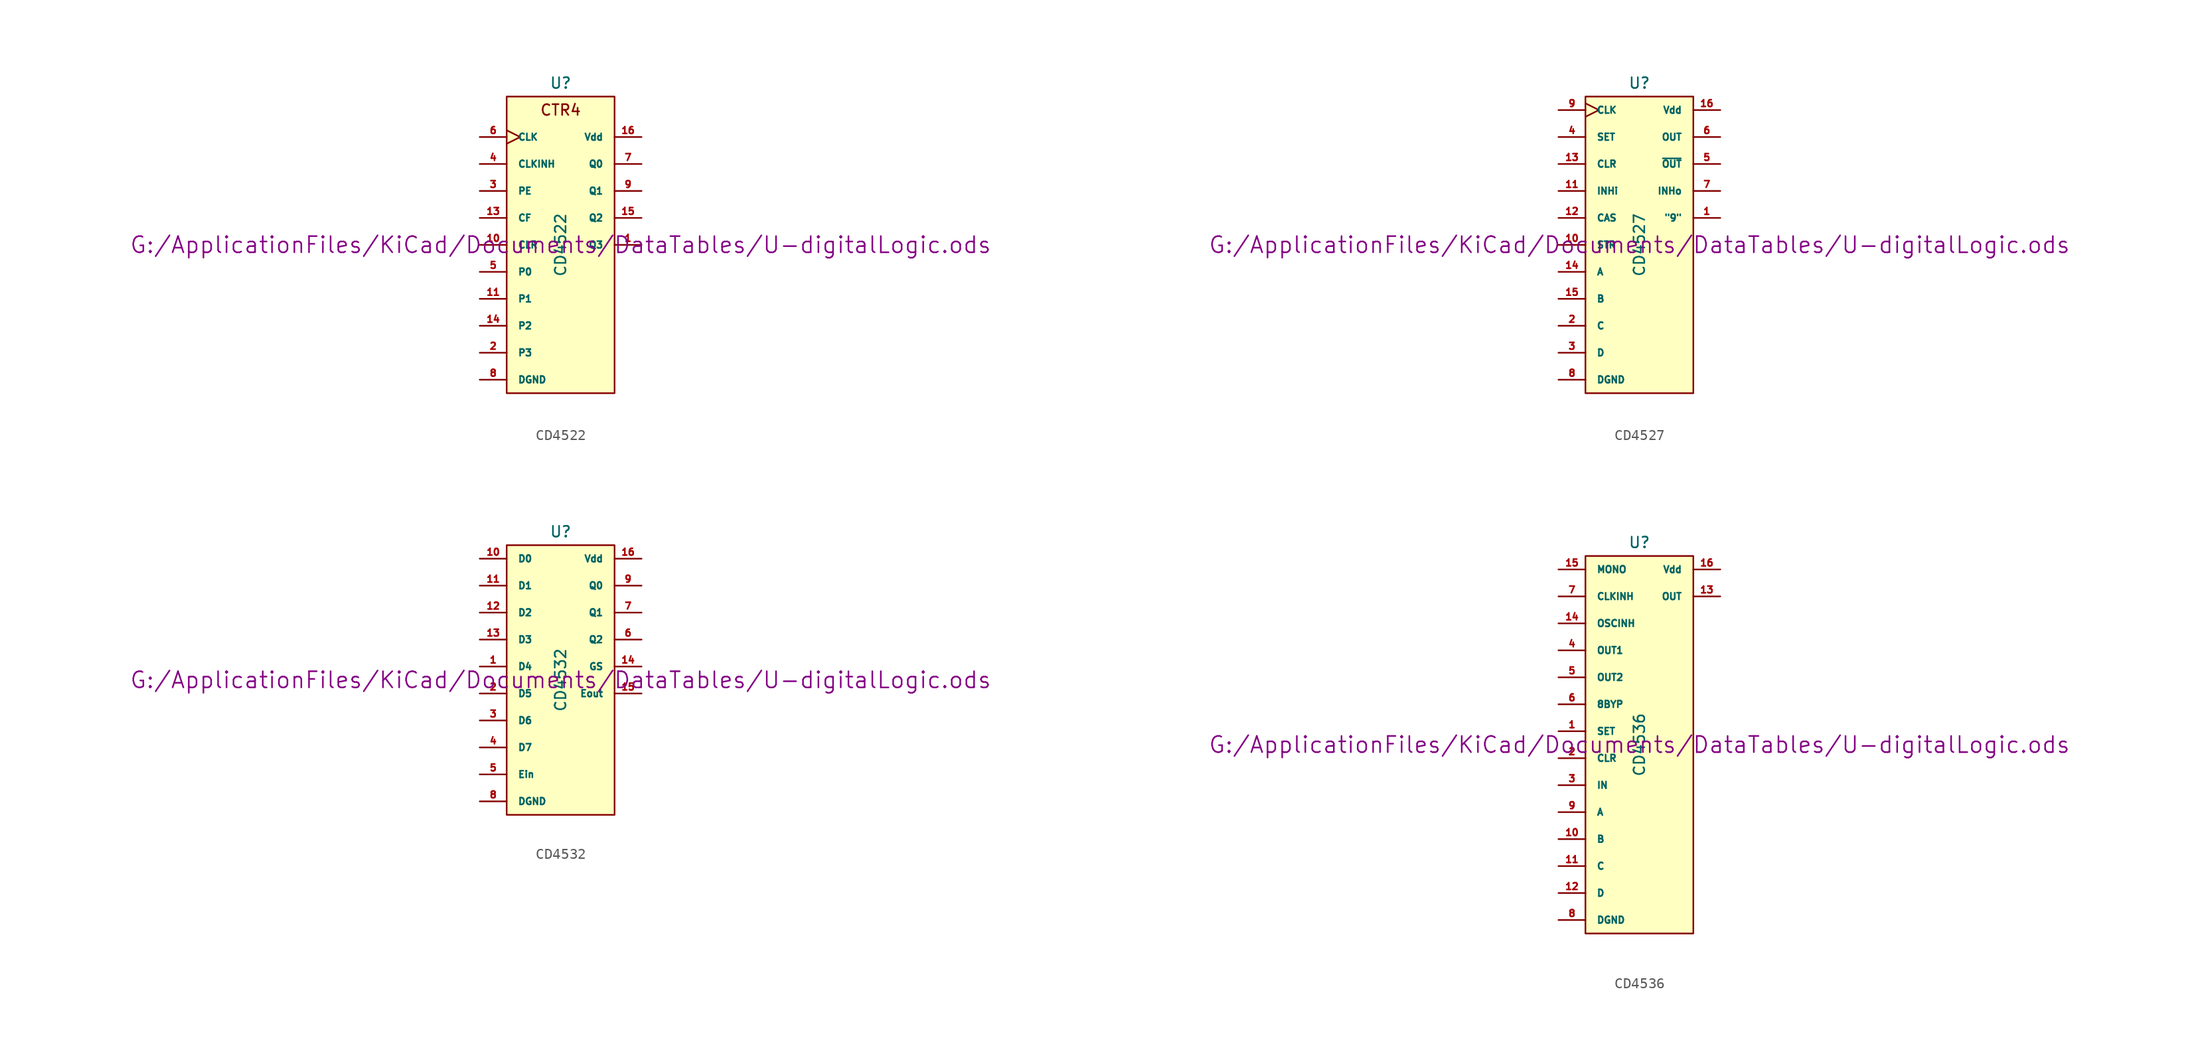
<source format=kicad_sym>
(kicad_symbol_lib
  (version 20211014)
  (generator kicad_symbol_editor)
  (symbol "CD4522"
    (pin_names
      (offset 1.016))
    (property "Reference" "U"
      (at 0 15.24 0)
      (effects (font (size 1.016 1.016))))
    (property "Value" "CD4522"
      (at 0 0 90)
      (effects (font (size 1.016 1.016))))
    (property "Footprint" ""
      (at 0 0 0)
      (effects (font (size 1.524 1.524))))
    (property "Datasheet" "G:/ApplicationFiles/KiCad/Documents/DataTables/U-digitalLogic.ods"
      (at 0 0 0)
      (effects (font (size 1.524 1.524))))
    (symbol "CD4522_0_0"
      (text "CTR4" (at 0 12.7 0) (effects (font (size 1.016 1.016)))))
    (symbol "CD4522_0_1"
      (rectangle (start -5.08 13.97) (end 5.08 -13.97) (stroke (width 0) (type default) (color 0 0 0 0)) (fill (type background))))
    (symbol "CD4522_1_1"
      (pin output line (at 7.62 0 180) (length 2.54) (name "Q3" (effects (font (size 0.635 0.635)))) (number "1" (effects (font (size 0.635 0.635)))))
      (pin input line (at -7.62 0 0) (length 2.54) (name "CLR" (effects (font (size 0.635 0.635)))) (number "10" (effects (font (size 0.635 0.635)))))
      (pin input line (at -7.62 -5.08 0) (length 2.54) (name "P1" (effects (font (size 0.635 0.635)))) (number "11" (effects (font (size 0.635 0.635)))))
      (pin input line (at -7.62 2.54 0) (length 2.54) (name "CF" (effects (font (size 0.635 0.635)))) (number "13" (effects (font (size 0.635 0.635)))))
      (pin input line (at -7.62 -7.62 0) (length 2.54) (name "P2" (effects (font (size 0.635 0.635)))) (number "14" (effects (font (size 0.635 0.635)))))
      (pin output line (at 7.62 2.54 180) (length 2.54) (name "Q2" (effects (font (size 0.635 0.635)))) (number "15" (effects (font (size 0.635 0.635)))))
      (pin power_in line (at 7.62 10.16 180) (length 2.54) (name "Vdd" (effects (font (size 0.635 0.635)))) (number "16" (effects (font (size 0.635 0.635)))))
      (pin input line (at -7.62 -10.16 0) (length 2.54) (name "P3" (effects (font (size 0.635 0.635)))) (number "2" (effects (font (size 0.635 0.635)))))
      (pin input line (at -7.62 5.08 0) (length 2.54) (name "PE" (effects (font (size 0.635 0.635)))) (number "3" (effects (font (size 0.635 0.635)))))
      (pin input line (at -7.62 7.62 0) (length 2.54) (name "CLKINH" (effects (font (size 0.635 0.635)))) (number "4" (effects (font (size 0.635 0.635)))))
      (pin input line (at -7.62 -2.54 0) (length 2.54) (name "P0" (effects (font (size 0.635 0.635)))) (number "5" (effects (font (size 0.635 0.635)))))
      (pin input clock (at -7.62 10.16 0) (length 2.54) (name "CLK" (effects (font (size 0.635 0.635)))) (number "6" (effects (font (size 0.635 0.635)))))
      (pin output line (at 7.62 7.62 180) (length 2.54) (name "Q0" (effects (font (size 0.635 0.635)))) (number "7" (effects (font (size 0.635 0.635)))))
      (pin power_in line (at -7.62 -12.7 0) (length 2.54) (name "DGND" (effects (font (size 0.635 0.635)))) (number "8" (effects (font (size 0.635 0.635)))))
      (pin output line (at 7.62 5.08 180) (length 2.54) (name "Q1" (effects (font (size 0.635 0.635)))) (number "9" (effects (font (size 0.635 0.635)))))))
  (symbol "CD4527"
    (pin_names
      (offset 1.016))
    (property "Reference" "U"
      (at 0 15.24 0)
      (effects (font (size 1.016 1.016))))
    (property "Value" "CD4527"
      (at 0 0 90)
      (effects (font (size 1.016 1.016))))
    (property "Footprint" ""
      (at 0 0 0)
      (effects (font (size 1.524 1.524))))
    (property "Datasheet" "G:/ApplicationFiles/KiCad/Documents/DataTables/U-digitalLogic.ods"
      (at 0 0 0)
      (effects (font (size 1.524 1.524))))
    (symbol "CD4527_0_1"
      (rectangle (start -5.08 13.97) (end 5.08 -13.97) (stroke (width 0) (type default) (color 0 0 0 0)) (fill (type background))))
    (symbol "CD4527_1_1"
      (pin output line (at 7.62 2.54 180) (length 2.54) (name "\"9\"" (effects (font (size 0.635 0.635)))) (number "1" (effects (font (size 0.635 0.635)))))
      (pin input line (at -7.62 0 0) (length 2.54) (name "STR" (effects (font (size 0.635 0.635)))) (number "10" (effects (font (size 0.635 0.635)))))
      (pin input line (at -7.62 5.08 0) (length 2.54) (name "INHi" (effects (font (size 0.635 0.635)))) (number "11" (effects (font (size 0.635 0.635)))))
      (pin input line (at -7.62 2.54 0) (length 2.54) (name "CAS" (effects (font (size 0.635 0.635)))) (number "12" (effects (font (size 0.635 0.635)))))
      (pin input line (at -7.62 7.62 0) (length 2.54) (name "CLR" (effects (font (size 0.635 0.635)))) (number "13" (effects (font (size 0.635 0.635)))))
      (pin input line (at -7.62 -2.54 0) (length 2.54) (name "A" (effects (font (size 0.635 0.635)))) (number "14" (effects (font (size 0.635 0.635)))))
      (pin input line (at -7.62 -5.08 0) (length 2.54) (name "B" (effects (font (size 0.635 0.635)))) (number "15" (effects (font (size 0.635 0.635)))))
      (pin power_in line (at 7.62 12.7 180) (length 2.54) (name "Vdd" (effects (font (size 0.635 0.635)))) (number "16" (effects (font (size 0.635 0.635)))))
      (pin input line (at -7.62 -7.62 0) (length 2.54) (name "C" (effects (font (size 0.635 0.635)))) (number "2" (effects (font (size 0.635 0.635)))))
      (pin input line (at -7.62 -10.16 0) (length 2.54) (name "D" (effects (font (size 0.635 0.635)))) (number "3" (effects (font (size 0.635 0.635)))))
      (pin input line (at -7.62 10.16 0) (length 2.54) (name "SET" (effects (font (size 0.635 0.635)))) (number "4" (effects (font (size 0.635 0.635)))))
      (pin output line (at 7.62 7.62 180) (length 2.54) (name "~{OUT}" (effects (font (size 0.635 0.635)))) (number "5" (effects (font (size 0.635 0.635)))))
      (pin output line (at 7.62 10.16 180) (length 2.54) (name "OUT" (effects (font (size 0.635 0.635)))) (number "6" (effects (font (size 0.635 0.635)))))
      (pin output line (at 7.62 5.08 180) (length 2.54) (name "INHo" (effects (font (size 0.635 0.635)))) (number "7" (effects (font (size 0.635 0.635)))))
      (pin power_in line (at -7.62 -12.7 0) (length 2.54) (name "DGND" (effects (font (size 0.635 0.635)))) (number "8" (effects (font (size 0.635 0.635)))))
      (pin input clock (at -7.62 12.7 0) (length 2.54) (name "CLK" (effects (font (size 0.635 0.635)))) (number "9" (effects (font (size 0.635 0.635)))))))
  (symbol "CD4532"
    (pin_names
      (offset 1.016))
    (property "Reference" "U"
      (at 0 13.97 0)
      (effects (font (size 1.016 1.016))))
    (property "Value" "CD4532"
      (at 0 0 90)
      (effects (font (size 1.016 1.016))))
    (property "Footprint" ""
      (at 0 0 0)
      (effects (font (size 1.524 1.524))))
    (property "Datasheet" "G:/ApplicationFiles/KiCad/Documents/DataTables/U-digitalLogic.ods"
      (at 0 0 0)
      (effects (font (size 1.524 1.524))))
    (symbol "CD4532_0_1"
      (rectangle (start -5.08 12.7) (end 5.08 -12.7) (stroke (width 0) (type default) (color 0 0 0 0)) (fill (type background))))
    (symbol "CD4532_1_1"
      (pin input line (at -7.62 1.27 0) (length 2.54) (name "D4" (effects (font (size 0.635 0.635)))) (number "1" (effects (font (size 0.635 0.635)))))
      (pin input line (at -7.62 11.43 0) (length 2.54) (name "D0" (effects (font (size 0.635 0.635)))) (number "10" (effects (font (size 0.635 0.635)))))
      (pin input line (at -7.62 8.89 0) (length 2.54) (name "D1" (effects (font (size 0.635 0.635)))) (number "11" (effects (font (size 0.635 0.635)))))
      (pin input line (at -7.62 6.35 0) (length 2.54) (name "D2" (effects (font (size 0.635 0.635)))) (number "12" (effects (font (size 0.635 0.635)))))
      (pin input line (at -7.62 3.81 0) (length 2.54) (name "D3" (effects (font (size 0.635 0.635)))) (number "13" (effects (font (size 0.635 0.635)))))
      (pin output line (at 7.62 1.27 180) (length 2.54) (name "GS" (effects (font (size 0.635 0.635)))) (number "14" (effects (font (size 0.635 0.635)))))
      (pin output line (at 7.62 -1.27 180) (length 2.54) (name "Eout" (effects (font (size 0.635 0.635)))) (number "15" (effects (font (size 0.635 0.635)))))
      (pin power_in line (at 7.62 11.43 180) (length 2.54) (name "Vdd" (effects (font (size 0.635 0.635)))) (number "16" (effects (font (size 0.635 0.635)))))
      (pin input line (at -7.62 -1.27 0) (length 2.54) (name "D5" (effects (font (size 0.635 0.635)))) (number "2" (effects (font (size 0.635 0.635)))))
      (pin input line (at -7.62 -3.81 0) (length 2.54) (name "D6" (effects (font (size 0.635 0.635)))) (number "3" (effects (font (size 0.635 0.635)))))
      (pin input line (at -7.62 -6.35 0) (length 2.54) (name "D7" (effects (font (size 0.635 0.635)))) (number "4" (effects (font (size 0.635 0.635)))))
      (pin input line (at -7.62 -8.89 0) (length 2.54) (name "Ein" (effects (font (size 0.635 0.635)))) (number "5" (effects (font (size 0.635 0.635)))))
      (pin output line (at 7.62 3.81 180) (length 2.54) (name "Q2" (effects (font (size 0.635 0.635)))) (number "6" (effects (font (size 0.635 0.635)))))
      (pin output line (at 7.62 6.35 180) (length 2.54) (name "Q1" (effects (font (size 0.635 0.635)))) (number "7" (effects (font (size 0.635 0.635)))))
      (pin power_in line (at -7.62 -11.43 0) (length 2.54) (name "DGND" (effects (font (size 0.635 0.635)))) (number "8" (effects (font (size 0.635 0.635)))))
      (pin output line (at 7.62 8.89 180) (length 2.54) (name "Q0" (effects (font (size 0.635 0.635)))) (number "9" (effects (font (size 0.635 0.635)))))))
  (symbol "CD4536"
    (pin_names
      (offset 1.016))
    (property "Reference" "U"
      (at 0 19.05 0)
      (effects (font (size 1.016 1.016))))
    (property "Value" "CD4536"
      (at 0 0 90)
      (effects (font (size 1.016 1.016))))
    (property "Footprint" ""
      (at 0 0 0)
      (effects (font (size 1.524 1.524))))
    (property "Datasheet" "G:/ApplicationFiles/KiCad/Documents/DataTables/U-digitalLogic.ods"
      (at 0 0 0)
      (effects (font (size 1.524 1.524))))
    (symbol "CD4536_0_1"
      (rectangle (start -5.08 17.78) (end 5.08 -17.78) (stroke (width 0) (type default) (color 0 0 0 0)) (fill (type background))))
    (symbol "CD4536_1_1"
      (pin input line (at -7.62 1.27 0) (length 2.54) (name "SET" (effects (font (size 0.635 0.635)))) (number "1" (effects (font (size 0.635 0.635)))))
      (pin input line (at -7.62 -8.89 0) (length 2.54) (name "B" (effects (font (size 0.635 0.635)))) (number "10" (effects (font (size 0.635 0.635)))))
      (pin input line (at -7.62 -11.43 0) (length 2.54) (name "C" (effects (font (size 0.635 0.635)))) (number "11" (effects (font (size 0.635 0.635)))))
      (pin input line (at -7.62 -13.97 0) (length 2.54) (name "D" (effects (font (size 0.635 0.635)))) (number "12" (effects (font (size 0.635 0.635)))))
      (pin output line (at 7.62 13.97 180) (length 2.54) (name "OUT" (effects (font (size 0.635 0.635)))) (number "13" (effects (font (size 0.635 0.635)))))
      (pin input line (at -7.62 11.43 0) (length 2.54) (name "OSCINH" (effects (font (size 0.635 0.635)))) (number "14" (effects (font (size 0.635 0.635)))))
      (pin input line (at -7.62 16.51 0) (length 2.54) (name "MONO" (effects (font (size 0.635 0.635)))) (number "15" (effects (font (size 0.635 0.635)))))
      (pin power_in line (at 7.62 16.51 180) (length 2.54) (name "Vdd" (effects (font (size 0.635 0.635)))) (number "16" (effects (font (size 0.635 0.635)))))
      (pin input line (at -7.62 -1.27 0) (length 2.54) (name "CLR" (effects (font (size 0.635 0.635)))) (number "2" (effects (font (size 0.635 0.635)))))
      (pin input line (at -7.62 -3.81 0) (length 2.54) (name "IN" (effects (font (size 0.635 0.635)))) (number "3" (effects (font (size 0.635 0.635)))))
      (pin input line (at -7.62 8.89 0) (length 2.54) (name "OUT1" (effects (font (size 0.635 0.635)))) (number "4" (effects (font (size 0.635 0.635)))))
      (pin input line (at -7.62 6.35 0) (length 2.54) (name "OUT2" (effects (font (size 0.635 0.635)))) (number "5" (effects (font (size 0.635 0.635)))))
      (pin input line (at -7.62 3.81 0) (length 2.54) (name "8BYP" (effects (font (size 0.635 0.635)))) (number "6" (effects (font (size 0.635 0.635)))))
      (pin input line (at -7.62 13.97 0) (length 2.54) (name "CLKINH" (effects (font (size 0.635 0.635)))) (number "7" (effects (font (size 0.635 0.635)))))
      (pin power_in line (at -7.62 -16.51 0) (length 2.54) (name "DGND" (effects (font (size 0.635 0.635)))) (number "8" (effects (font (size 0.635 0.635)))))
      (pin input line (at -7.62 -6.35 0) (length 2.54) (name "A" (effects (font (size 0.635 0.635)))) (number "9" (effects (font (size 0.635 0.635))))))))
</source>
